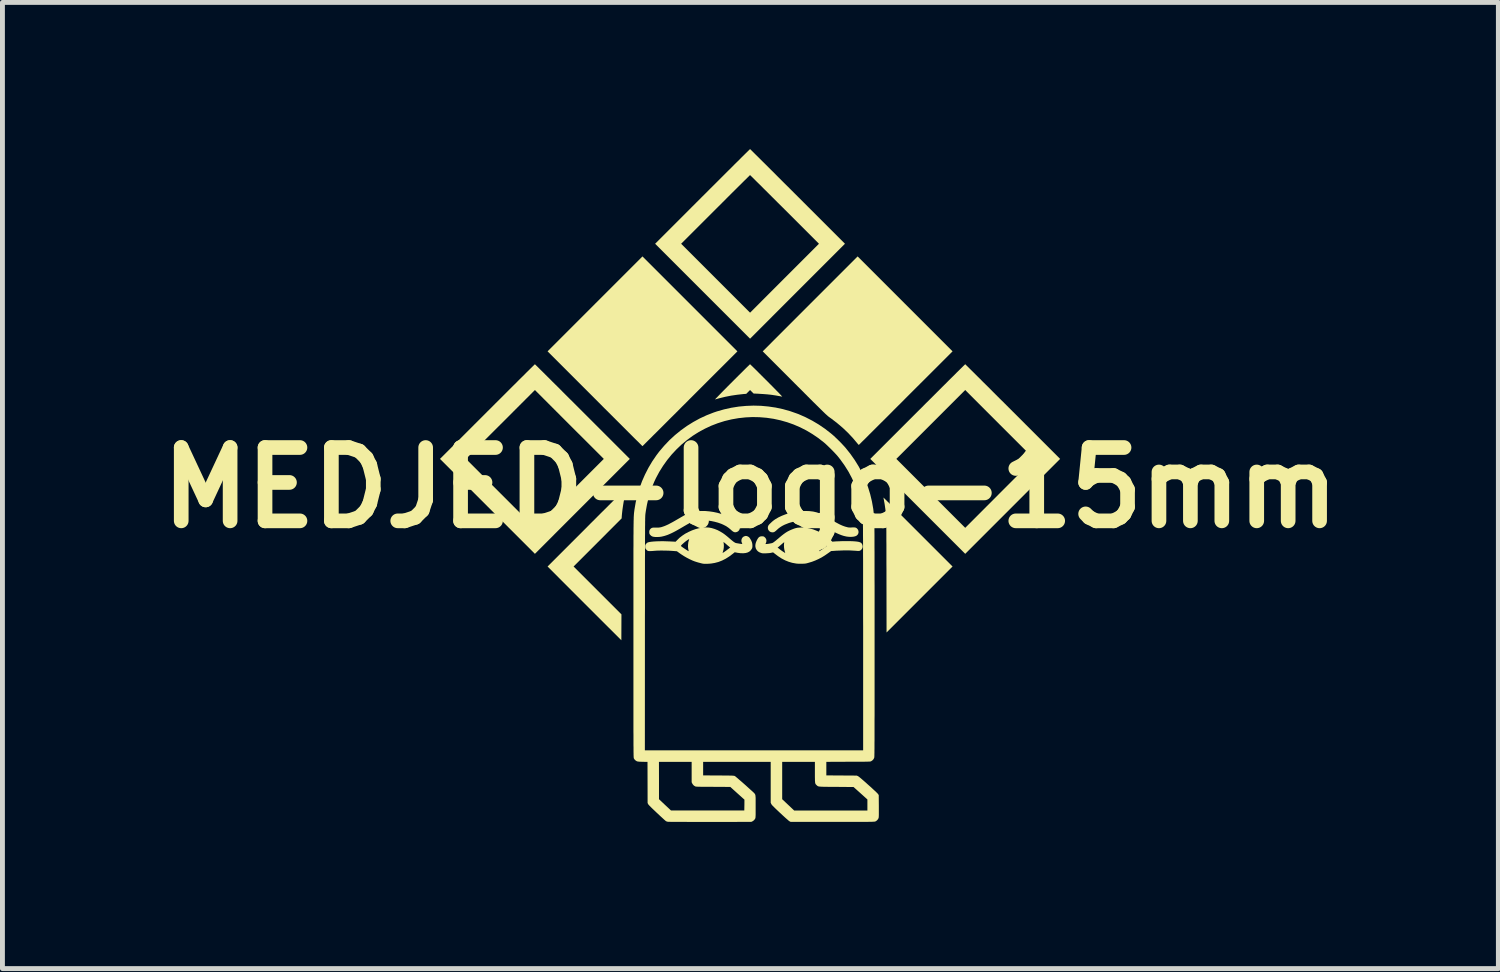
<source format=kicad_pcb>
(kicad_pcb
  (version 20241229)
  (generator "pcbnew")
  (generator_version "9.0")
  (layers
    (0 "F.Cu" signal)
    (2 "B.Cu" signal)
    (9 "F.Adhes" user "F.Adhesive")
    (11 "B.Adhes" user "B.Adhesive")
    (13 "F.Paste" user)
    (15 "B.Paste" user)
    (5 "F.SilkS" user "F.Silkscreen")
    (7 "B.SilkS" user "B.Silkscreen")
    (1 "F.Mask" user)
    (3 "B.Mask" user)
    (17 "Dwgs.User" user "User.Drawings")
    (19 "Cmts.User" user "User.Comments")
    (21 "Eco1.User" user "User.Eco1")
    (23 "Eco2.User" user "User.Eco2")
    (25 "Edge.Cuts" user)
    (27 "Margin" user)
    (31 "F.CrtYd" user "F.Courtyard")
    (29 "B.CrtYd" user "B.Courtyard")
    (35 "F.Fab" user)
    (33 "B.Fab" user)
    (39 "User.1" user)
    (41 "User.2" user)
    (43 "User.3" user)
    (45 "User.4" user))
  (footprint "MEDJED-logo-15mm"
    (layer "F.Cu")
    (at 12.3 6.926)
    (property "Reference" "MEDJED-logo-15mm" (at 0 0 0) (layer "F.SilkS") (effects (font (size 1.5 1.5) (thickness 0.3))))
    (attr board_only exclude_from_pos_files exclude_from_bom)
    (fp_poly (pts (xy -2.522 -0.007) (xy -2.525 0.005) (xy -2.53 0.023) (xy -2.535 0.04) (xy -2.555 0.114) (xy -2.574 0.195) (xy -2.591 0.279) (xy -2.605 0.364) (xy -2.617 0.447) (xy -2.626 0.525) (xy -2.631 0.579) (xy -2.634 0.628) (xy -3.125 1.12) (xy -3.617 1.612) (xy -3.127 2.102) (xy -2.638 2.591) (xy -2.639 2.856) (xy -2.64 3.121) (xy -3.395 2.367) (xy -4.149 1.612) (xy -3.336 0.799) (xy -3.262 0.724) (xy -3.189 0.652) (xy -3.119 0.581) (xy -3.051 0.513) (xy -2.985 0.448) (xy -2.923 0.386) (xy -2.864 0.327) (xy -2.809 0.272) (xy -2.757 0.221) (xy -2.71 0.174) (xy -2.668 0.131) (xy -2.63 0.094) (xy -2.597 0.062) (xy -2.57 0.035) (xy -2.548 0.014) (xy -2.533 -0.002) (xy -2.524 -0.01) (xy -2.522 -0.013)) (stroke (width 0) (type solid)) (fill yes) (layer "F.SilkS"))
    (fp_poly (pts (xy -1.237 -3.76) (xy -0.266 -2.789) (xy -1.236 -1.82) (xy -1.317 -1.738) (xy -1.397 -1.659) (xy -1.474 -1.581) (xy -1.549 -1.506) (xy -1.622 -1.434) (xy -1.692 -1.364) (xy -1.758 -1.298) (xy -1.821 -1.235) (xy -1.88 -1.176) (xy -1.936 -1.12) (xy -1.987 -1.07) (xy -2.033 -1.023) (xy -2.075 -0.982) (xy -2.111 -0.946) (xy -2.142 -0.915) (xy -2.168 -0.889) (xy -2.187 -0.87) (xy -2.2 -0.857) (xy -2.207 -0.851) (xy -2.208 -0.85) (xy -2.211 -0.853) (xy -2.222 -0.863) (xy -2.238 -0.88) (xy -2.261 -0.902) (xy -2.289 -0.931) (xy -2.323 -0.964) (xy -2.363 -1.003) (xy -2.407 -1.047) (xy -2.456 -1.096) (xy -2.509 -1.149) (xy -2.567 -1.207) (xy -2.628 -1.268) (xy -2.693 -1.333) (xy -2.761 -1.401) (xy -2.832 -1.472) (xy -2.906 -1.546) (xy -2.983 -1.622) (xy -3.061 -1.701) (xy -3.142 -1.782) (xy -3.18 -1.82) (xy -4.149 -2.789) (xy -3.179 -3.76) (xy -2.208 -4.731)) (stroke (width 0) (type solid)) (fill yes) (layer "F.SilkS"))
    (fp_poly (pts (xy 2.726 0.205) (xy 2.736 0.215) (xy 2.752 0.231) (xy 2.775 0.253) (xy 2.802 0.281) (xy 2.836 0.314) (xy 2.874 0.352) (xy 2.917 0.395) (xy 2.964 0.441) (xy 3.015 0.492) (xy 3.07 0.547) (xy 3.128 0.605) (xy 3.189 0.666) (xy 3.253 0.73) (xy 3.319 0.796) (xy 3.387 0.864) (xy 3.429 0.906) (xy 4.135 1.612) (xy 3.46 2.287) (xy 2.785 2.962) (xy 2.783 1.792) (xy 2.783 1.665) (xy 2.782 1.547) (xy 2.782 1.438) (xy 2.782 1.337) (xy 2.782 1.245) (xy 2.782 1.16) (xy 2.781 1.083) (xy 2.781 1.013) (xy 2.781 0.95) (xy 2.781 0.893) (xy 2.78 0.842) (xy 2.78 0.796) (xy 2.78 0.756) (xy 2.779 0.72) (xy 2.779 0.689) (xy 2.778 0.662) (xy 2.778 0.638) (xy 2.777 0.618) (xy 2.777 0.6) (xy 2.776 0.585) (xy 2.775 0.572) (xy 2.775 0.561) (xy 2.774 0.55) (xy 2.773 0.543) (xy 2.76 0.435) (xy 2.745 0.331) (xy 2.733 0.267) (xy 2.729 0.243) (xy 2.725 0.223) (xy 2.723 0.209) (xy 2.722 0.202) (xy 2.722 0.202)) (stroke (width 0) (type solid)) (fill yes) (layer "F.SilkS"))
    (fp_poly (pts (xy -4.405 -2.522) (xy -4.394 -2.512) (xy -4.377 -2.495) (xy -4.354 -2.473) (xy -4.326 -2.445) (xy -4.292 -2.411) (xy -4.252 -2.372) (xy -4.208 -2.328) (xy -4.159 -2.279) (xy -4.105 -2.226) (xy -4.048 -2.168) (xy -3.986 -2.107) (xy -3.921 -2.043) (xy -3.853 -1.974) (xy -3.782 -1.903) (xy -3.708 -1.829) (xy -3.631 -1.753) (xy -3.552 -1.674) (xy -3.472 -1.594) (xy -3.435 -1.557) (xy -2.467 -0.589) (xy -3.438 0.382) (xy -4.408 1.353) (xy -5.379 0.382) (xy -6.35 -0.589) (xy -6.35 -0.589) (xy -5.818 -0.589) (xy -5.113 0.116) (xy -4.408 0.821) (xy -3.704 0.116) (xy -2.999 -0.589) (xy -3.704 -1.293) (xy -4.408 -1.998) (xy -5.113 -1.293) (xy -5.818 -0.589) (xy -6.35 -0.589) (xy -5.382 -1.557) (xy -5.3 -1.638) (xy -5.221 -1.718) (xy -5.143 -1.795) (xy -5.068 -1.87) (xy -4.995 -1.943) (xy -4.926 -2.012) (xy -4.859 -2.079) (xy -4.796 -2.141) (xy -4.737 -2.201) (xy -4.681 -2.256) (xy -4.63 -2.306) (xy -4.584 -2.353) (xy -4.542 -2.394) (xy -4.506 -2.43) (xy -4.474 -2.461) (xy -4.449 -2.486) (xy -4.429 -2.505) (xy -4.416 -2.518) (xy -4.409 -2.525) (xy -4.408 -2.525)) (stroke (width 0) (type solid)) (fill yes) (layer "F.SilkS"))
    (fp_poly (pts (xy 4.398 -2.522) (xy 4.408 -2.512) (xy 4.425 -2.495) (xy 4.448 -2.473) (xy 4.476 -2.445) (xy 4.51 -2.411) (xy 4.55 -2.372) (xy 4.594 -2.328) (xy 4.643 -2.279) (xy 4.697 -2.226) (xy 4.754 -2.168) (xy 4.816 -2.107) (xy 4.881 -2.043) (xy 4.949 -1.974) (xy 5.02 -1.903) (xy 5.094 -1.829) (xy 5.171 -1.753) (xy 5.25 -1.674) (xy 5.33 -1.594) (xy 5.367 -1.557) (xy 6.335 -0.589) (xy 5.365 0.382) (xy 4.394 1.353) (xy 3.423 0.382) (xy 2.452 -0.589) (xy 2.452 -0.589) (xy 2.985 -0.589) (xy 3.689 0.116) (xy 4.394 0.821) (xy 5.098 0.116) (xy 5.803 -0.589) (xy 5.098 -1.293) (xy 4.394 -1.998) (xy 3.689 -1.293) (xy 2.985 -0.589) (xy 2.452 -0.589) (xy 3.42 -1.557) (xy 3.502 -1.638) (xy 3.581 -1.718) (xy 3.659 -1.795) (xy 3.734 -1.87) (xy 3.807 -1.943) (xy 3.876 -2.012) (xy 3.943 -2.079) (xy 4.006 -2.141) (xy 4.065 -2.201) (xy 4.121 -2.256) (xy 4.172 -2.306) (xy 4.218 -2.353) (xy 4.26 -2.394) (xy 4.296 -2.43) (xy 4.328 -2.461) (xy 4.353 -2.486) (xy 4.373 -2.505) (xy 4.386 -2.518) (xy 4.393 -2.525) (xy 4.394 -2.525)) (stroke (width 0) (type solid)) (fill yes) (layer "F.SilkS"))
    (fp_poly (pts (xy 3.164 -3.76) (xy 4.135 -2.789) (xy 3.177 -1.832) (xy 3.097 -1.751) (xy 3.017 -1.672) (xy 2.94 -1.595) (xy 2.866 -1.52) (xy 2.794 -1.448) (xy 2.725 -1.379) (xy 2.659 -1.314) (xy 2.596 -1.251) (xy 2.538 -1.193) (xy 2.483 -1.138) (xy 2.432 -1.088) (xy 2.387 -1.042) (xy 2.346 -1.001) (xy 2.31 -0.966) (xy 2.279 -0.936) (xy 2.255 -0.911) (xy 2.236 -0.893) (xy 2.223 -0.88) (xy 2.217 -0.875) (xy 2.217 -0.874) (xy 2.213 -0.878) (xy 2.204 -0.888) (xy 2.192 -0.901) (xy 2.185 -0.91) (xy 2.094 -1.018) (xy 1.995 -1.123) (xy 1.889 -1.224) (xy 1.777 -1.319) (xy 1.662 -1.408) (xy 1.624 -1.435) (xy 1.616 -1.441) (xy 1.608 -1.446) (xy 1.6 -1.453) (xy 1.592 -1.459) (xy 1.582 -1.467) (xy 1.572 -1.477) (xy 1.56 -1.487) (xy 1.546 -1.5) (xy 1.529 -1.515) (xy 1.511 -1.533) (xy 1.489 -1.554) (xy 1.465 -1.578) (xy 1.437 -1.605) (xy 1.405 -1.637) (xy 1.369 -1.672) (xy 1.329 -1.712) (xy 1.284 -1.756) (xy 1.234 -1.806) (xy 1.179 -1.861) (xy 1.118 -1.922) (xy 1.052 -1.989) (xy 0.978 -2.062) (xy 0.906 -2.134) (xy 0.252 -2.789) (xy 1.222 -3.76) (xy 2.193 -4.731)) (stroke (width 0) (type solid)) (fill yes) (layer "F.SilkS"))
    (fp_poly (pts (xy -0.003 -2.522) (xy 0.007 -2.512) (xy 0.024 -2.496) (xy 0.046 -2.475) (xy 0.072 -2.449) (xy 0.104 -2.418) (xy 0.139 -2.383) (xy 0.178 -2.344) (xy 0.22 -2.302) (xy 0.264 -2.258) (xy 0.311 -2.211) (xy 0.33 -2.193) (xy 0.392 -2.13) (xy 0.448 -2.074) (xy 0.497 -2.024) (xy 0.539 -1.981) (xy 0.575 -1.945) (xy 0.603 -1.915) (xy 0.625 -1.892) (xy 0.64 -1.875) (xy 0.649 -1.866) (xy 0.65 -1.863) (xy 0.65 -1.863) (xy 0.632 -1.866) (xy 0.607 -1.871) (xy 0.577 -1.876) (xy 0.543 -1.882) (xy 0.509 -1.888) (xy 0.475 -1.893) (xy 0.445 -1.898) (xy 0.42 -1.901) (xy 0.413 -1.902) (xy 0.346 -1.909) (xy 0.271 -1.915) (xy 0.19 -1.92) (xy 0.143 -1.923) (xy 0.065 -1.926) (xy 0.029 -1.962) (xy -0.007 -1.998) (xy -0.046 -1.959) (xy -0.085 -1.92) (xy -0.147 -1.915) (xy -0.272 -1.901) (xy -0.394 -1.883) (xy -0.516 -1.859) (xy -0.639 -1.829) (xy -0.724 -1.805) (xy -0.722 -1.808) (xy -0.714 -1.817) (xy -0.699 -1.833) (xy -0.679 -1.853) (xy -0.654 -1.879) (xy -0.624 -1.91) (xy -0.59 -1.945) (xy -0.552 -1.984) (xy -0.51 -2.026) (xy -0.466 -2.071) (xy -0.419 -2.118) (xy -0.374 -2.163) (xy -0.324 -2.213) (xy -0.277 -2.26) (xy -0.232 -2.305) (xy -0.189 -2.347) (xy -0.15 -2.386) (xy -0.115 -2.421) (xy -0.084 -2.452) (xy -0.057 -2.478) (xy -0.036 -2.498) (xy -0.02 -2.514) (xy -0.011 -2.523) (xy -0.007 -2.525)) (stroke (width 0) (type solid)) (fill yes) (layer "F.SilkS"))
    (fp_poly (pts (xy -0.003 -6.923) (xy 0.007 -6.913) (xy 0.024 -6.897) (xy 0.047 -6.874) (xy 0.075 -6.846) (xy 0.109 -6.812) (xy 0.149 -6.773) (xy 0.193 -6.729) (xy 0.242 -6.68) (xy 0.296 -6.627) (xy 0.353 -6.57) (xy 0.415 -6.508) (xy 0.48 -6.444) (xy 0.548 -6.375) (xy 0.619 -6.304) (xy 0.693 -6.23) (xy 0.77 -6.154) (xy 0.849 -6.075) (xy 0.929 -5.995) (xy 0.966 -5.958) (xy 1.934 -4.99) (xy 0.963 -4.019) (xy -0.007 -3.048) (xy -0.978 -4.019) (xy -1.949 -4.99) (xy -1.949 -4.99) (xy -1.417 -4.99) (xy -0.712 -4.285) (xy -0.007 -3.58) (xy 0.697 -4.285) (xy 1.402 -4.99) (xy 0.7 -5.692) (xy 0.631 -5.761) (xy 0.563 -5.828) (xy 0.498 -5.893) (xy 0.435 -5.956) (xy 0.375 -6.016) (xy 0.319 -6.072) (xy 0.265 -6.125) (xy 0.216 -6.175) (xy 0.17 -6.22) (xy 0.129 -6.26) (xy 0.093 -6.296) (xy 0.062 -6.327) (xy 0.036 -6.353) (xy 0.016 -6.372) (xy 0.002 -6.386) (xy -0.006 -6.393) (xy -0.007 -6.394) (xy -0.011 -6.391) (xy -0.022 -6.381) (xy -0.038 -6.364) (xy -0.061 -6.342) (xy -0.089 -6.314) (xy -0.123 -6.281) (xy -0.161 -6.243) (xy -0.204 -6.2) (xy -0.252 -6.153) (xy -0.303 -6.102) (xy -0.358 -6.048) (xy -0.416 -5.99) (xy -0.477 -5.929) (xy -0.541 -5.865) (xy -0.607 -5.799) (xy -0.675 -5.731) (xy -0.714 -5.692) (xy -1.417 -4.99) (xy -1.949 -4.99) (xy -0.981 -5.958) (xy -0.899 -6.039) (xy -0.82 -6.119) (xy -0.742 -6.196) (xy -0.667 -6.271) (xy -0.594 -6.344) (xy -0.525 -6.413) (xy -0.458 -6.48) (xy -0.395 -6.542) (xy -0.336 -6.602) (xy -0.28 -6.657) (xy -0.229 -6.707) (xy -0.183 -6.754) (xy -0.141 -6.795) (xy -0.105 -6.831) (xy -0.073 -6.862) (xy -0.048 -6.887) (xy -0.028 -6.906) (xy -0.015 -6.919) (xy -0.008 -6.926) (xy -0.007 -6.926)) (stroke (width 0) (type solid)) (fill yes) (layer "F.SilkS"))
    (fp_poly (pts (xy -0.925 0.477) (xy -0.843 0.484) (xy -0.76 0.496) (xy -0.678 0.513) (xy -0.597 0.536) (xy -0.52 0.564) (xy -0.448 0.597) (xy -0.408 0.618) (xy -0.37 0.642) (xy -0.333 0.668) (xy -0.299 0.694) (xy -0.27 0.72) (xy -0.246 0.744) (xy -0.229 0.767) (xy -0.22 0.785) (xy -0.215 0.814) (xy -0.218 0.842) (xy -0.23 0.868) (xy -0.248 0.889) (xy -0.272 0.904) (xy -0.297 0.911) (xy -0.317 0.912) (xy -0.337 0.907) (xy -0.359 0.895) (xy -0.383 0.876) (xy -0.395 0.864) (xy -0.444 0.823) (xy -0.496 0.787) (xy -0.555 0.757) (xy -0.593 0.74) (xy -0.661 0.716) (xy -0.73 0.697) (xy -0.802 0.682) (xy -0.873 0.672) (xy -0.943 0.667) (xy -1.01 0.666) (xy -1.074 0.671) (xy -1.133 0.681) (xy -1.185 0.696) (xy -1.214 0.708) (xy -1.226 0.714) (xy -1.245 0.724) (xy -1.269 0.738) (xy -1.298 0.754) (xy -1.329 0.772) (xy -1.362 0.791) (xy -1.363 0.792) (xy -1.426 0.829) (xy -1.482 0.861) (xy -1.532 0.889) (xy -1.576 0.912) (xy -1.617 0.932) (xy -1.655 0.949) (xy -1.69 0.964) (xy -1.725 0.976) (xy -1.76 0.987) (xy -1.788 0.994) (xy -1.824 1.002) (xy -1.864 1.007) (xy -1.905 1.009) (xy -1.943 1.009) (xy -1.975 1.005) (xy -1.983 1.004) (xy -2.008 0.997) (xy -2.026 0.987) (xy -2.042 0.973) (xy -2.054 0.96) (xy -2.062 0.949) (xy -2.066 0.939) (xy -2.068 0.925) (xy -2.069 0.909) (xy -2.068 0.889) (xy -2.065 0.875) (xy -2.059 0.862) (xy -2.055 0.856) (xy -2.036 0.834) (xy -2.013 0.821) (xy -1.984 0.816) (xy -1.968 0.816) (xy -1.924 0.817) (xy -1.886 0.817) (xy -1.854 0.813) (xy -1.826 0.808) (xy -1.82 0.806) (xy -1.789 0.796) (xy -1.755 0.784) (xy -1.72 0.769) (xy -1.68 0.751) (xy -1.637 0.728) (xy -1.588 0.702) (xy -1.534 0.671) (xy -1.472 0.635) (xy -1.451 0.623) (xy -1.417 0.603) (xy -1.384 0.584) (xy -1.353 0.566) (xy -1.325 0.551) (xy -1.303 0.539) (xy -1.287 0.531) (xy -1.285 0.53) (xy -1.223 0.507) (xy -1.156 0.491) (xy -1.082 0.481) (xy -1.005 0.476)) (stroke (width 0) (type solid)) (fill yes) (layer "F.SilkS"))
    (fp_poly (pts (xy 1.208 0.479) (xy 1.283 0.488) (xy 1.353 0.504) (xy 1.414 0.524) (xy 1.429 0.531) (xy 1.45 0.542) (xy 1.478 0.557) (xy 1.509 0.574) (xy 1.543 0.593) (xy 1.577 0.613) (xy 1.589 0.619) (xy 1.649 0.654) (xy 1.702 0.685) (xy 1.749 0.71) (xy 1.79 0.732) (xy 1.826 0.751) (xy 1.859 0.766) (xy 1.889 0.779) (xy 1.917 0.789) (xy 1.944 0.798) (xy 1.968 0.804) (xy 1.989 0.81) (xy 2.006 0.813) (xy 2.023 0.814) (xy 2.043 0.815) (xy 2.068 0.814) (xy 2.076 0.813) (xy 2.107 0.812) (xy 2.129 0.813) (xy 2.147 0.815) (xy 2.16 0.82) (xy 2.172 0.827) (xy 2.183 0.837) (xy 2.201 0.86) (xy 2.21 0.886) (xy 2.212 0.913) (xy 2.206 0.939) (xy 2.192 0.963) (xy 2.171 0.982) (xy 2.17 0.982) (xy 2.146 0.993) (xy 2.115 1.001) (xy 2.078 1.005) (xy 2.037 1.006) (xy 1.995 1.003) (xy 1.953 0.997) (xy 1.952 0.996) (xy 1.908 0.986) (xy 1.862 0.971) (xy 1.811 0.951) (xy 1.757 0.927) (xy 1.697 0.898) (xy 1.632 0.864) (xy 1.561 0.824) (xy 1.493 0.785) (xy 1.454 0.762) (xy 1.421 0.743) (xy 1.395 0.728) (xy 1.373 0.716) (xy 1.354 0.707) (xy 1.338 0.7) (xy 1.323 0.694) (xy 1.308 0.689) (xy 1.291 0.685) (xy 1.288 0.684) (xy 1.226 0.672) (xy 1.159 0.667) (xy 1.087 0.667) (xy 1.012 0.673) (xy 0.936 0.684) (xy 0.861 0.701) (xy 0.788 0.722) (xy 0.719 0.749) (xy 0.691 0.761) (xy 0.647 0.784) (xy 0.609 0.808) (xy 0.574 0.834) (xy 0.543 0.862) (xy 0.52 0.883) (xy 0.502 0.897) (xy 0.486 0.907) (xy 0.47 0.912) (xy 0.453 0.913) (xy 0.448 0.913) (xy 0.42 0.909) (xy 0.396 0.897) (xy 0.377 0.879) (xy 0.363 0.856) (xy 0.357 0.83) (xy 0.357 0.803) (xy 0.366 0.777) (xy 0.375 0.763) (xy 0.391 0.745) (xy 0.412 0.725) (xy 0.435 0.703) (xy 0.46 0.681) (xy 0.485 0.662) (xy 0.506 0.647) (xy 0.572 0.608) (xy 0.644 0.574) (xy 0.721 0.544) (xy 0.8 0.52) (xy 0.882 0.5) (xy 0.965 0.487) (xy 1.048 0.478) (xy 1.129 0.476)) (stroke (width 0) (type solid)) (fill yes) (layer "F.SilkS"))
    (fp_poly (pts (xy -0.853 0.815) (xy -0.845 0.816) (xy -0.789 0.827) (xy -0.73 0.845) (xy -0.67 0.869) (xy -0.612 0.9) (xy -0.561 0.931) (xy -0.521 0.96) (xy -0.477 0.995) (xy -0.431 1.034) (xy -0.413 1.05) (xy -0.394 1.066) (xy -0.372 1.084) (xy -0.351 1.101) (xy -0.348 1.103) (xy -0.329 1.116) (xy -0.314 1.125) (xy -0.3 1.131) (xy -0.282 1.135) (xy -0.275 1.136) (xy -0.239 1.142) (xy -0.209 1.147) (xy -0.187 1.15) (xy -0.172 1.151) (xy -0.167 1.15) (xy -0.167 1.145) (xy -0.172 1.134) (xy -0.175 1.127) (xy -0.184 1.099) (xy -0.184 1.071) (xy -0.177 1.044) (xy -0.163 1.021) (xy -0.143 1.003) (xy -0.118 0.992) (xy -0.097 0.987) (xy -0.079 0.988) (xy -0.059 0.995) (xy -0.05 0.999) (xy -0.035 1.008) (xy -0.022 1.02) (xy -0.01 1.036) (xy -0.005 1.044) (xy 0.017 1.081) (xy 0.031 1.116) (xy 0.039 1.15) (xy 0.041 1.182) (xy 0.041 1.205) (xy 0.039 1.222) (xy 0.035 1.237) (xy 0.03 1.247) (xy 0.009 1.279) (xy -0.019 1.305) (xy -0.054 1.324) (xy -0.096 1.336) (xy -0.145 1.341) (xy -0.2 1.34) (xy -0.263 1.332) (xy -0.277 1.329) (xy -0.321 1.321) (xy -0.36 1.352) (xy -0.433 1.407) (xy -0.506 1.453) (xy -0.579 1.49) (xy -0.653 1.519) (xy -0.729 1.539) (xy -0.801 1.551) (xy -0.833 1.554) (xy -0.866 1.556) (xy -0.899 1.557) (xy -0.929 1.557) (xy -0.954 1.556) (xy -0.967 1.555) (xy -0.986 1.551) (xy -1.012 1.545) (xy -1.041 1.537) (xy -1.072 1.529) (xy -1.101 1.52) (xy -1.126 1.512) (xy -1.136 1.509) (xy -1.187 1.489) (xy -1.243 1.463) (xy -1.301 1.433) (xy -1.36 1.399) (xy -1.417 1.362) (xy -1.46 1.332) (xy -0.568 1.332) (xy -0.564 1.332) (xy -0.555 1.327) (xy -0.539 1.317) (xy -0.526 1.308) (xy -0.509 1.296) (xy -0.487 1.28) (xy -0.465 1.263) (xy -0.455 1.256) (xy -0.414 1.224) (xy -0.435 1.207) (xy -0.447 1.196) (xy -0.465 1.182) (xy -0.484 1.165) (xy -0.502 1.149) (xy -0.52 1.134) (xy -0.535 1.122) (xy -0.545 1.113) (xy -0.55 1.11) (xy -0.55 1.11) (xy -0.55 1.115) (xy -0.548 1.127) (xy -0.547 1.136) (xy -0.543 1.175) (xy -0.544 1.217) (xy -0.549 1.259) (xy -0.558 1.297) (xy -0.565 1.317) (xy -0.568 1.327) (xy -0.568 1.332) (xy -1.46 1.332) (xy -1.466 1.327) (xy -1.504 1.3) (xy -1.571 1.295) (xy -1.625 1.291) (xy -1.681 1.288) (xy -1.738 1.287) (xy -1.794 1.286) (xy -1.847 1.286) (xy -1.895 1.287) (xy -1.935 1.289) (xy -1.944 1.29) (xy -1.974 1.292) (xy -2.004 1.295) (xy -2.031 1.296) (xy -2.052 1.297) (xy -2.057 1.297) (xy -2.081 1.296) (xy -2.099 1.292) (xy -2.113 1.283) (xy -2.128 1.268) (xy -2.137 1.258) (xy -2.145 1.247) (xy -2.149 1.237) (xy -2.151 1.223) (xy -2.152 1.207) (xy -2.151 1.189) (xy -1.421 1.189) (xy -1.417 1.195) (xy -1.409 1.204) (xy -1.408 1.205) (xy -1.397 1.213) (xy -1.381 1.224) (xy -1.362 1.237) (xy -1.341 1.251) (xy -1.32 1.265) (xy -1.3 1.278) (xy -1.283 1.289) (xy -1.271 1.296) (xy -1.265 1.299) (xy -1.265 1.299) (xy -1.263 1.295) (xy -1.265 1.285) (xy -1.266 1.283) (xy -1.273 1.246) (xy -1.277 1.204) (xy -1.275 1.159) (xy -1.27 1.116) (xy -1.26 1.08) (xy -1.256 1.065) (xy -1.253 1.055) (xy -1.253 1.051) (xy -1.257 1.053) (xy -1.268 1.059) (xy -1.284 1.069) (xy -1.297 1.078) (xy -1.316 1.091) (xy -1.336 1.107) (xy -1.357 1.124) (xy -1.377 1.142) (xy -1.395 1.158) (xy -1.409 1.172) (xy -1.418 1.183) (xy -1.421 1.189) (xy -2.151 1.189) (xy -2.151 1.187) (xy -2.149 1.174) (xy -2.143 1.162) (xy -2.137 1.152) (xy -2.124 1.138) (xy -2.11 1.126) (xy -2.104 1.122) (xy -2.086 1.116) (xy -2.059 1.11) (xy -2.024 1.105) (xy -1.983 1.101) (xy -1.936 1.098) (xy -1.884 1.096) (xy -1.828 1.095) (xy -1.77 1.095) (xy -1.71 1.097) (xy -1.652 1.099) (xy -1.53 1.105) (xy -1.499 1.073) (xy -1.449 1.024) (xy -1.392 0.98) (xy -1.33 0.939) (xy -1.263 0.904) (xy -1.194 0.873) (xy -1.124 0.848) (xy -1.053 0.829) (xy -0.983 0.817) (xy -0.916 0.812)) (stroke (width 0) (type solid)) (fill yes) (layer "F.SilkS"))
    (fp_poly (pts (xy 1.131 0.819) (xy 1.207 0.832) (xy 1.284 0.853) (xy 1.363 0.884) (xy 1.397 0.899) (xy 1.463 0.933) (xy 1.521 0.969) (xy 1.574 1.009) (xy 1.623 1.053) (xy 1.636 1.065) (xy 1.675 1.104) (xy 1.755 1.098) (xy 1.782 1.097) (xy 1.817 1.096) (xy 1.856 1.094) (xy 1.899 1.093) (xy 1.941 1.093) (xy 1.971 1.093) (xy 2.035 1.093) (xy 2.091 1.095) (xy 2.138 1.098) (xy 2.177 1.102) (xy 2.209 1.107) (xy 2.234 1.114) (xy 2.254 1.122) (xy 2.268 1.132) (xy 2.272 1.136) (xy 2.288 1.162) (xy 2.295 1.191) (xy 2.296 1.202) (xy 2.292 1.232) (xy 2.279 1.257) (xy 2.258 1.278) (xy 2.245 1.286) (xy 2.24 1.288) (xy 2.235 1.291) (xy 2.23 1.292) (xy 2.224 1.293) (xy 2.215 1.294) (xy 2.203 1.293) (xy 2.186 1.293) (xy 2.163 1.291) (xy 2.133 1.289) (xy 2.095 1.287) (xy 2.066 1.285) (xy 2.021 1.283) (xy 1.966 1.282) (xy 1.903 1.283) (xy 1.831 1.286) (xy 1.752 1.289) (xy 1.699 1.293) (xy 1.651 1.296) (xy 1.589 1.34) (xy 1.521 1.387) (xy 1.456 1.427) (xy 1.392 1.46) (xy 1.328 1.489) (xy 1.26 1.515) (xy 1.187 1.537) (xy 1.161 1.544) (xy 1.141 1.549) (xy 1.121 1.552) (xy 1.101 1.554) (xy 1.076 1.555) (xy 1.053 1.556) (xy 1.016 1.556) (xy 0.981 1.555) (xy 0.95 1.553) (xy 0.933 1.551) (xy 0.856 1.537) (xy 0.782 1.515) (xy 0.71 1.486) (xy 0.638 1.448) (xy 0.566 1.401) (xy 0.509 1.358) (xy 0.464 1.323) (xy 0.428 1.331) (xy 0.409 1.335) (xy 0.383 1.338) (xy 0.353 1.34) (xy 0.322 1.342) (xy 0.322 1.342) (xy 0.292 1.343) (xy 0.269 1.343) (xy 0.251 1.342) (xy 0.236 1.34) (xy 0.222 1.336) (xy 0.222 1.336) (xy 0.185 1.322) (xy 0.155 1.303) (xy 0.132 1.279) (xy 0.112 1.247) (xy 0.106 1.224) (xy 0.556 1.224) (xy 0.591 1.252) (xy 0.608 1.266) (xy 0.628 1.281) (xy 0.649 1.296) (xy 0.67 1.31) (xy 0.688 1.321) (xy 0.701 1.33) (xy 0.709 1.333) (xy 0.71 1.333) (xy 0.712 1.33) (xy 0.71 1.325) (xy 0.701 1.296) (xy 0.693 1.261) (xy 0.688 1.223) (xy 0.686 1.186) (xy 0.687 1.153) (xy 0.688 1.148) (xy 0.69 1.131) (xy 0.691 1.119) (xy 0.691 1.114) (xy 0.687 1.117) (xy 0.677 1.125) (xy 0.662 1.137) (xy 0.644 1.152) (xy 0.634 1.161) (xy 0.614 1.178) (xy 0.595 1.194) (xy 0.58 1.207) (xy 0.57 1.215) (xy 0.567 1.216) (xy 0.556 1.224) (xy 0.106 1.224) (xy 0.102 1.211) (xy 0.101 1.173) (xy 0.109 1.131) (xy 0.126 1.087) (xy 0.144 1.053) (xy 0.161 1.027) (xy 0.178 1.01) (xy 0.198 0.999) (xy 0.221 0.995) (xy 0.235 0.994) (xy 0.254 0.995) (xy 0.268 0.997) (xy 0.28 1.003) (xy 0.287 1.008) (xy 0.308 1.028) (xy 0.322 1.053) (xy 0.328 1.081) (xy 0.325 1.11) (xy 0.318 1.131) (xy 0.312 1.143) (xy 0.308 1.151) (xy 0.308 1.152) (xy 0.312 1.153) (xy 0.325 1.152) (xy 0.343 1.151) (xy 0.365 1.148) (xy 0.39 1.144) (xy 0.41 1.14) (xy 0.432 1.136) (xy 0.449 1.131) (xy 0.462 1.125) (xy 0.476 1.115) (xy 0.491 1.104) (xy 0.508 1.091) (xy 0.529 1.074) (xy 0.552 1.054) (xy 1.396 1.054) (xy 1.398 1.065) (xy 1.402 1.078) (xy 1.413 1.121) (xy 1.419 1.167) (xy 1.419 1.212) (xy 1.417 1.232) (xy 1.414 1.253) (xy 1.411 1.272) (xy 1.409 1.285) (xy 1.408 1.287) (xy 1.405 1.301) (xy 1.427 1.288) (xy 1.439 1.28) (xy 1.457 1.269) (xy 1.478 1.254) (xy 1.5 1.238) (xy 1.506 1.235) (xy 1.526 1.22) (xy 1.543 1.207) (xy 1.556 1.196) (xy 1.562 1.19) (xy 1.563 1.188) (xy 1.559 1.18) (xy 1.548 1.166) (xy 1.532 1.149) (xy 1.51 1.13) (xy 1.5 1.121) (xy 1.483 1.108) (xy 1.463 1.093) (xy 1.444 1.079) (xy 1.425 1.067) (xy 1.41 1.057) (xy 1.399 1.051) (xy 1.396 1.05) (xy 1.396 1.054) (xy 0.552 1.054) (xy 0.553 1.054) (xy 0.578 1.033) (xy 0.588 1.024) (xy 0.637 0.983) (xy 0.682 0.948) (xy 0.723 0.919) (xy 0.764 0.894) (xy 0.806 0.873) (xy 0.85 0.854) (xy 0.853 0.853) (xy 0.894 0.837) (xy 0.93 0.826) (xy 0.964 0.819) (xy 1.001 0.816) (xy 1.043 0.814) (xy 1.055 0.814)) (stroke (width 0) (type solid)) (fill yes) (layer "F.SilkS"))
    (fp_poly (pts (xy 0.215 -1.675) (xy 0.366 -1.661) (xy 0.516 -1.639) (xy 0.665 -1.607) (xy 0.811 -1.566) (xy 0.954 -1.516) (xy 0.984 -1.505) (xy 1.127 -1.442) (xy 1.265 -1.371) (xy 1.398 -1.292) (xy 1.527 -1.204) (xy 1.651 -1.107) (xy 1.676 -1.086) (xy 1.706 -1.06) (xy 1.741 -1.027) (xy 1.779 -0.991) (xy 1.817 -0.953) (xy 1.856 -0.914) (xy 1.891 -0.876) (xy 1.923 -0.842) (xy 1.946 -0.816) (xy 2.044 -0.693) (xy 2.134 -0.565) (xy 2.215 -0.434) (xy 2.287 -0.298) (xy 2.351 -0.158) (xy 2.405 -0.015) (xy 2.45 0.132) (xy 2.486 0.282) (xy 2.513 0.435) (xy 2.53 0.591) (xy 2.535 0.659) (xy 2.535 0.672) (xy 2.536 0.695) (xy 2.536 0.727) (xy 2.537 0.769) (xy 2.537 0.821) (xy 2.537 0.882) (xy 2.538 0.953) (xy 2.538 1.033) (xy 2.538 1.123) (xy 2.538 1.222) (xy 2.539 1.33) (xy 2.539 1.448) (xy 2.539 1.574) (xy 2.539 1.711) (xy 2.539 1.856) (xy 2.54 2.01) (xy 2.54 2.174) (xy 2.54 2.346) (xy 2.54 2.528) (xy 2.54 2.718) (xy 2.54 2.918) (xy 2.54 3.124) (xy 2.54 3.307) (xy 2.54 3.481) (xy 2.54 3.645) (xy 2.54 3.8) (xy 2.54 3.946) (xy 2.54 4.084) (xy 2.54 4.214) (xy 2.54 4.336) (xy 2.54 4.45) (xy 2.54 4.556) (xy 2.54 4.656) (xy 2.539 4.748) (xy 2.539 4.833) (xy 2.539 4.912) (xy 2.539 4.985) (xy 2.539 5.052) (xy 2.539 5.113) (xy 2.539 5.169) (xy 2.538 5.219) (xy 2.538 5.265) (xy 2.538 5.306) (xy 2.538 5.342) (xy 2.537 5.374) (xy 2.537 5.403) (xy 2.537 5.427) (xy 2.536 5.448) (xy 2.536 5.466) (xy 2.536 5.481) (xy 2.535 5.493) (xy 2.535 5.503) (xy 2.534 5.511) (xy 2.534 5.517) (xy 2.533 5.521) (xy 2.532 5.524) (xy 2.532 5.524) (xy 2.52 5.551) (xy 2.499 5.575) (xy 2.472 5.594) (xy 2.469 5.595) (xy 2.465 5.597) (xy 2.461 5.599) (xy 2.456 5.6) (xy 2.449 5.601) (xy 2.44 5.602) (xy 2.428 5.603) (xy 2.412 5.603) (xy 2.392 5.604) (xy 2.367 5.604) (xy 2.337 5.605) (xy 2.3 5.605) (xy 2.257 5.605) (xy 2.207 5.606) (xy 2.149 5.606) (xy 2.082 5.606) (xy 2.006 5.606) (xy 2.001 5.606) (xy 1.553 5.608) (xy 1.553 5.746) (xy 1.553 5.885) (xy 1.865 5.887) (xy 2.176 5.889) (xy 2.202 5.901) (xy 2.211 5.907) (xy 2.226 5.918) (xy 2.247 5.935) (xy 2.272 5.956) (xy 2.301 5.981) (xy 2.332 6.008) (xy 2.366 6.038) (xy 2.4 6.069) (xy 2.435 6.1) (xy 2.469 6.13) (xy 2.501 6.16) (xy 2.531 6.188) (xy 2.558 6.212) (xy 2.58 6.234) (xy 2.597 6.251) (xy 2.608 6.263) (xy 2.612 6.268) (xy 2.625 6.288) (xy 2.627 6.511) (xy 2.627 6.57) (xy 2.627 6.62) (xy 2.627 6.661) (xy 2.627 6.694) (xy 2.626 6.72) (xy 2.625 6.738) (xy 2.623 6.75) (xy 2.623 6.754) (xy 2.612 6.778) (xy 2.594 6.8) (xy 2.573 6.818) (xy 2.556 6.827) (xy 2.553 6.828) (xy 2.549 6.829) (xy 2.544 6.83) (xy 2.537 6.831) (xy 2.529 6.832) (xy 2.518 6.832) (xy 2.504 6.833) (xy 2.487 6.834) (xy 2.466 6.834) (xy 2.441 6.834) (xy 2.412 6.835) (xy 2.377 6.835) (xy 2.337 6.835) (xy 2.291 6.836) (xy 2.239 6.836) (xy 2.18 6.836) (xy 2.114 6.836) (xy 2.04 6.836) (xy 1.958 6.836) (xy 1.867 6.836) (xy 1.768 6.836) (xy 1.678 6.836) (xy 0.823 6.836) (xy 0.8 6.824) (xy 0.79 6.817) (xy 0.775 6.805) (xy 0.754 6.786) (xy 0.727 6.763) (xy 0.695 6.734) (xy 0.66 6.702) (xy 0.621 6.665) (xy 0.607 6.653) (xy 0.567 6.615) (xy 0.532 6.582) (xy 0.504 6.555) (xy 0.482 6.533) (xy 0.464 6.515) (xy 0.45 6.501) (xy 0.44 6.489) (xy 0.433 6.48) (xy 0.428 6.472) (xy 0.427 6.47) (xy 0.415 6.445) (xy 0.415 6.026) (xy 0.415 5.608) (xy 0.65 5.608) (xy 0.65 5.99) (xy 0.65 6.372) (xy 0.773 6.488) (xy 0.896 6.604) (xy 1.645 6.604) (xy 2.393 6.604) (xy 2.393 6.49) (xy 2.393 6.377) (xy 2.252 6.25) (xy 2.11 6.123) (xy 1.76 6.12) (xy 1.691 6.12) (xy 1.631 6.12) (xy 1.579 6.119) (xy 1.536 6.119) (xy 1.499 6.118) (xy 1.468 6.117) (xy 1.443 6.116) (xy 1.423 6.114) (xy 1.407 6.113) (xy 1.394 6.11) (xy 1.385 6.108) (xy 1.377 6.104) (xy 1.371 6.1) (xy 1.365 6.095) (xy 1.359 6.09) (xy 1.354 6.085) (xy 1.346 6.077) (xy 1.339 6.07) (xy 1.334 6.063) (xy 1.329 6.054) (xy 1.326 6.043) (xy 1.323 6.029) (xy 1.322 6.01) (xy 1.32 5.987) (xy 1.32 5.958) (xy 1.319 5.921) (xy 1.319 5.877) (xy 1.319 5.825) (xy 1.319 5.819) (xy 1.319 5.608) (xy 0.984 5.608) (xy 0.65 5.608) (xy 0.415 5.608) (xy -0.276 5.608) (xy -0.967 5.608) (xy -0.967 5.746) (xy -0.967 5.885) (xy -0.653 5.887) (xy -0.59 5.887) (xy -0.536 5.888) (xy -0.49 5.888) (xy -0.452 5.888) (xy -0.42 5.889) (xy -0.395 5.889) (xy -0.375 5.89) (xy -0.359 5.891) (xy -0.347 5.892) (xy -0.338 5.893) (xy -0.331 5.894) (xy -0.325 5.896) (xy -0.321 5.898) (xy -0.317 5.9) (xy -0.31 5.904) (xy -0.297 5.915) (xy -0.278 5.931) (xy -0.254 5.951) (xy -0.227 5.975) (xy -0.196 6.001) (xy -0.164 6.029) (xy -0.13 6.059) (xy -0.096 6.089) (xy -0.063 6.119) (xy -0.031 6.148) (xy -0.001 6.175) (xy 0.026 6.199) (xy 0.049 6.22) (xy 0.067 6.237) (xy 0.079 6.249) (xy 0.084 6.255) (xy 0.089 6.262) (xy 0.094 6.269) (xy 0.097 6.276) (xy 0.1 6.285) (xy 0.103 6.297) (xy 0.104 6.312) (xy 0.106 6.331) (xy 0.107 6.356) (xy 0.107 6.387) (xy 0.107 6.425) (xy 0.107 6.47) (xy 0.107 6.524) (xy 0.107 6.577) (xy 0.107 6.621) (xy 0.107 6.658) (xy 0.107 6.687) (xy 0.106 6.71) (xy 0.105 6.727) (xy 0.104 6.741) (xy 0.103 6.751) (xy 0.102 6.758) (xy 0.1 6.764) (xy 0.098 6.768) (xy 0.08 6.795) (xy 0.055 6.817) (xy 0.039 6.826) (xy 0.017 6.836) (xy -0.828 6.837) (xy -0.918 6.837) (xy -1.006 6.837) (xy -1.091 6.837) (xy -1.173 6.837) (xy -1.25 6.837) (xy -1.324 6.836) (xy -1.392 6.836) (xy -1.454 6.836) (xy -1.511 6.836) (xy -1.56 6.835) (xy -1.603 6.835) (xy -1.638 6.835) (xy -1.666 6.834) (xy -1.684 6.834) (xy -1.693 6.833) (xy -1.694 6.833) (xy -1.711 6.828) (xy -1.726 6.822) (xy -1.729 6.82) (xy -1.735 6.815) (xy -1.748 6.804) (xy -1.766 6.788) (xy -1.789 6.767) (xy -1.816 6.742) (xy -1.847 6.714) (xy -1.879 6.683) (xy -1.912 6.653) (xy -1.955 6.612) (xy -1.991 6.578) (xy -2.021 6.549) (xy -2.045 6.525) (xy -2.064 6.506) (xy -2.077 6.491) (xy -2.087 6.48) (xy -2.092 6.473) (xy -2.092 6.472) (xy -2.103 6.45) (xy -2.104 6.029) (xy -2.105 5.609) (xy -2.156 5.608) (xy -1.871 5.608) (xy -1.87 5.99) (xy -1.87 6.372) (xy -1.747 6.488) (xy -1.624 6.603) (xy -0.874 6.603) (xy -0.125 6.602) (xy -0.123 6.491) (xy -0.122 6.381) (xy -0.267 6.251) (xy -0.411 6.121) (xy -0.761 6.119) (xy -0.829 6.119) (xy -0.887 6.119) (xy -0.936 6.119) (xy -0.979 6.118) (xy -1.014 6.118) (xy -1.043 6.117) (xy -1.066 6.117) (xy -1.084 6.116) (xy -1.099 6.115) (xy -1.11 6.114) (xy -1.118 6.113) (xy -1.124 6.112) (xy -1.129 6.11) (xy -1.131 6.109) (xy -1.158 6.092) (xy -1.179 6.068) (xy -1.19 6.05) (xy -1.202 6.025) (xy -1.202 5.816) (xy -1.202 5.608) (xy -1.536 5.608) (xy -1.871 5.608) (xy -2.156 5.608) (xy -2.204 5.607) (xy -2.24 5.606) (xy -2.267 5.605) (xy -2.288 5.603) (xy -2.303 5.601) (xy -2.314 5.599) (xy -2.323 5.596) (xy -2.349 5.58) (xy -2.371 5.558) (xy -2.384 5.537) (xy -2.385 5.535) (xy -2.386 5.533) (xy -2.386 5.53) (xy -2.387 5.526) (xy -2.387 5.521) (xy -2.388 5.514) (xy -2.388 5.506) (xy -2.389 5.495) (xy -2.389 5.483) (xy -2.39 5.467) (xy -2.39 5.449) (xy -2.39 5.428) (xy -2.391 5.404) (xy -2.391 5.376) (xy -2.391 5.373) (xy -2.159 5.373) (xy 0.073 5.373) (xy 2.306 5.373) (xy 2.306 3.052) (xy 2.306 2.841) (xy 2.305 2.641) (xy 2.305 2.45) (xy 2.305 2.268) (xy 2.305 2.096) (xy 2.305 1.934) (xy 2.305 1.781) (xy 2.305 1.638) (xy 2.305 1.505) (xy 2.304 1.381) (xy 2.304 1.266) (xy 2.304 1.162) (xy 2.304 1.067) (xy 2.303 0.982) (xy 2.303 0.906) (xy 2.303 0.84) (xy 2.302 0.784) (xy 2.302 0.738) (xy 2.302 0.701) (xy 2.301 0.674) (xy 2.301 0.657) (xy 2.3 0.652) (xy 2.286 0.502) (xy 2.262 0.356) (xy 2.23 0.213) (xy 2.188 0.073) (xy 2.136 -0.063) (xy 2.076 -0.196) (xy 2.007 -0.326) (xy 1.928 -0.452) (xy 1.841 -0.574) (xy 1.783 -0.647) (xy 1.763 -0.67) (xy 1.737 -0.698) (xy 1.707 -0.73) (xy 1.674 -0.764) (xy 1.64 -0.798) (xy 1.605 -0.832) (xy 1.572 -0.864) (xy 1.543 -0.891) (xy 1.517 -0.914) (xy 1.507 -0.923) (xy 1.389 -1.015) (xy 1.268 -1.097) (xy 1.144 -1.171) (xy 1.016 -1.236) (xy 0.883 -1.293) (xy 0.756 -1.338) (xy 0.616 -1.378) (xy 0.474 -1.409) (xy 0.331 -1.43) (xy 0.186 -1.442) (xy 0.042 -1.445) (xy -0.102 -1.438) (xy -0.246 -1.422) (xy -0.388 -1.397) (xy -0.529 -1.363) (xy -0.668 -1.319) (xy -0.803 -1.267) (xy -0.929 -1.208) (xy -1.057 -1.139) (xy -1.179 -1.062) (xy -1.296 -0.976) (xy -1.407 -0.884) (xy -1.512 -0.784) (xy -1.611 -0.678) (xy -1.703 -0.565) (xy -1.787 -0.447) (xy -1.864 -0.324) (xy -1.933 -0.195) (xy -1.968 -0.12) (xy -2.014 -0.008) (xy -2.054 0.106) (xy -2.088 0.223) (xy -2.116 0.346) (xy -2.139 0.475) (xy -2.148 0.537) (xy -2.148 0.543) (xy -2.149 0.549) (xy -2.15 0.556) (xy -2.15 0.564) (xy -2.151 0.573) (xy -2.151 0.584) (xy -2.152 0.597) (xy -2.152 0.612) (xy -2.153 0.63) (xy -2.153 0.65) (xy -2.153 0.673) (xy -2.154 0.699) (xy -2.154 0.729) (xy -2.154 0.763) (xy -2.155 0.801) (xy -2.155 0.843) (xy -2.155 0.889) (xy -2.155 0.94) (xy -2.156 0.997) (xy -2.156 1.058) (xy -2.156 1.125) (xy -2.156 1.198) (xy -2.156 1.277) (xy -2.156 1.363) (xy -2.157 1.455) (xy -2.157 1.554) (xy -2.157 1.66) (xy -2.157 1.773) (xy -2.157 1.895) (xy -2.157 2.024) (xy -2.157 2.161) (xy -2.157 2.307) (xy -2.157 2.461) (xy -2.158 2.625) (xy -2.158 2.797) (xy -2.158 2.979) (xy -2.158 2.988) (xy -2.159 5.373) (xy -2.391 5.373) (xy -2.391 5.344) (xy -2.391 5.308) (xy -2.392 5.268) (xy -2.392 5.224) (xy -2.392 5.174) (xy -2.392 5.12) (xy -2.392 5.06) (xy -2.393 4.994) (xy -2.393 4.923) (xy -2.393 4.845) (xy -2.393 4.762) (xy -2.393 4.671) (xy -2.393 4.574) (xy -2.393 4.47) (xy -2.393 4.358) (xy -2.393 4.239) (xy -2.393 4.111) (xy -2.393 3.976) (xy -2.393 3.832) (xy -2.393 3.68) (xy -2.393 3.518) (xy -2.393 3.348) (xy -2.393 3.168) (xy -2.393 3.092) (xy -2.393 2.906) (xy -2.393 2.73) (xy -2.393 2.563) (xy -2.393 2.405) (xy -2.393 2.255) (xy -2.393 2.114) (xy -2.393 1.982) (xy -2.393 1.857) (xy -2.393 1.74) (xy -2.393 1.63) (xy -2.393 1.527) (xy -2.393 1.431) (xy -2.393 1.342) (xy -2.393 1.259) (xy -2.392 1.182) (xy -2.392 1.111) (xy -2.392 1.046) (xy -2.392 0.986) (xy -2.391 0.93) (xy -2.391 0.88) (xy -2.391 0.834) (xy -2.39 0.792) (xy -2.39 0.754) (xy -2.389 0.72) (xy -2.389 0.689) (xy -2.388 0.661) (xy -2.387 0.637) (xy -2.387 0.614) (xy -2.386 0.594) (xy -2.385 0.577) (xy -2.384 0.561) (xy -2.383 0.546) (xy -2.382 0.533) (xy -2.381 0.521) (xy -2.38 0.51) (xy -2.378 0.499) (xy -2.377 0.489) (xy -2.376 0.478) (xy -2.374 0.467) (xy -2.373 0.456) (xy -2.372 0.449) (xy -2.347 0.302) (xy -2.313 0.155) (xy -2.269 0.011) (xy -2.217 -0.132) (xy -2.156 -0.27) (xy -2.087 -0.405) (xy -2.01 -0.535) (xy -1.925 -0.66) (xy -1.866 -0.738) (xy -1.765 -0.857) (xy -1.658 -0.97) (xy -1.544 -1.075) (xy -1.425 -1.172) (xy -1.3 -1.262) (xy -1.17 -1.343) (xy -1.035 -1.417) (xy -0.895 -1.482) (xy -0.751 -1.538) (xy -0.686 -1.56) (xy -0.539 -1.602) (xy -0.391 -1.635) (xy -0.24 -1.659) (xy -0.089 -1.673) (xy 0.063 -1.679)) (stroke (width 0) (type solid)) (fill yes) (layer "F.SilkS")))
  (gr_rect
    (start -3 -3)
    (end 27.6 16.763)
    (stroke (width 0.1) (type default))
    (fill no)
    (layer "Edge.Cuts")))
</source>
